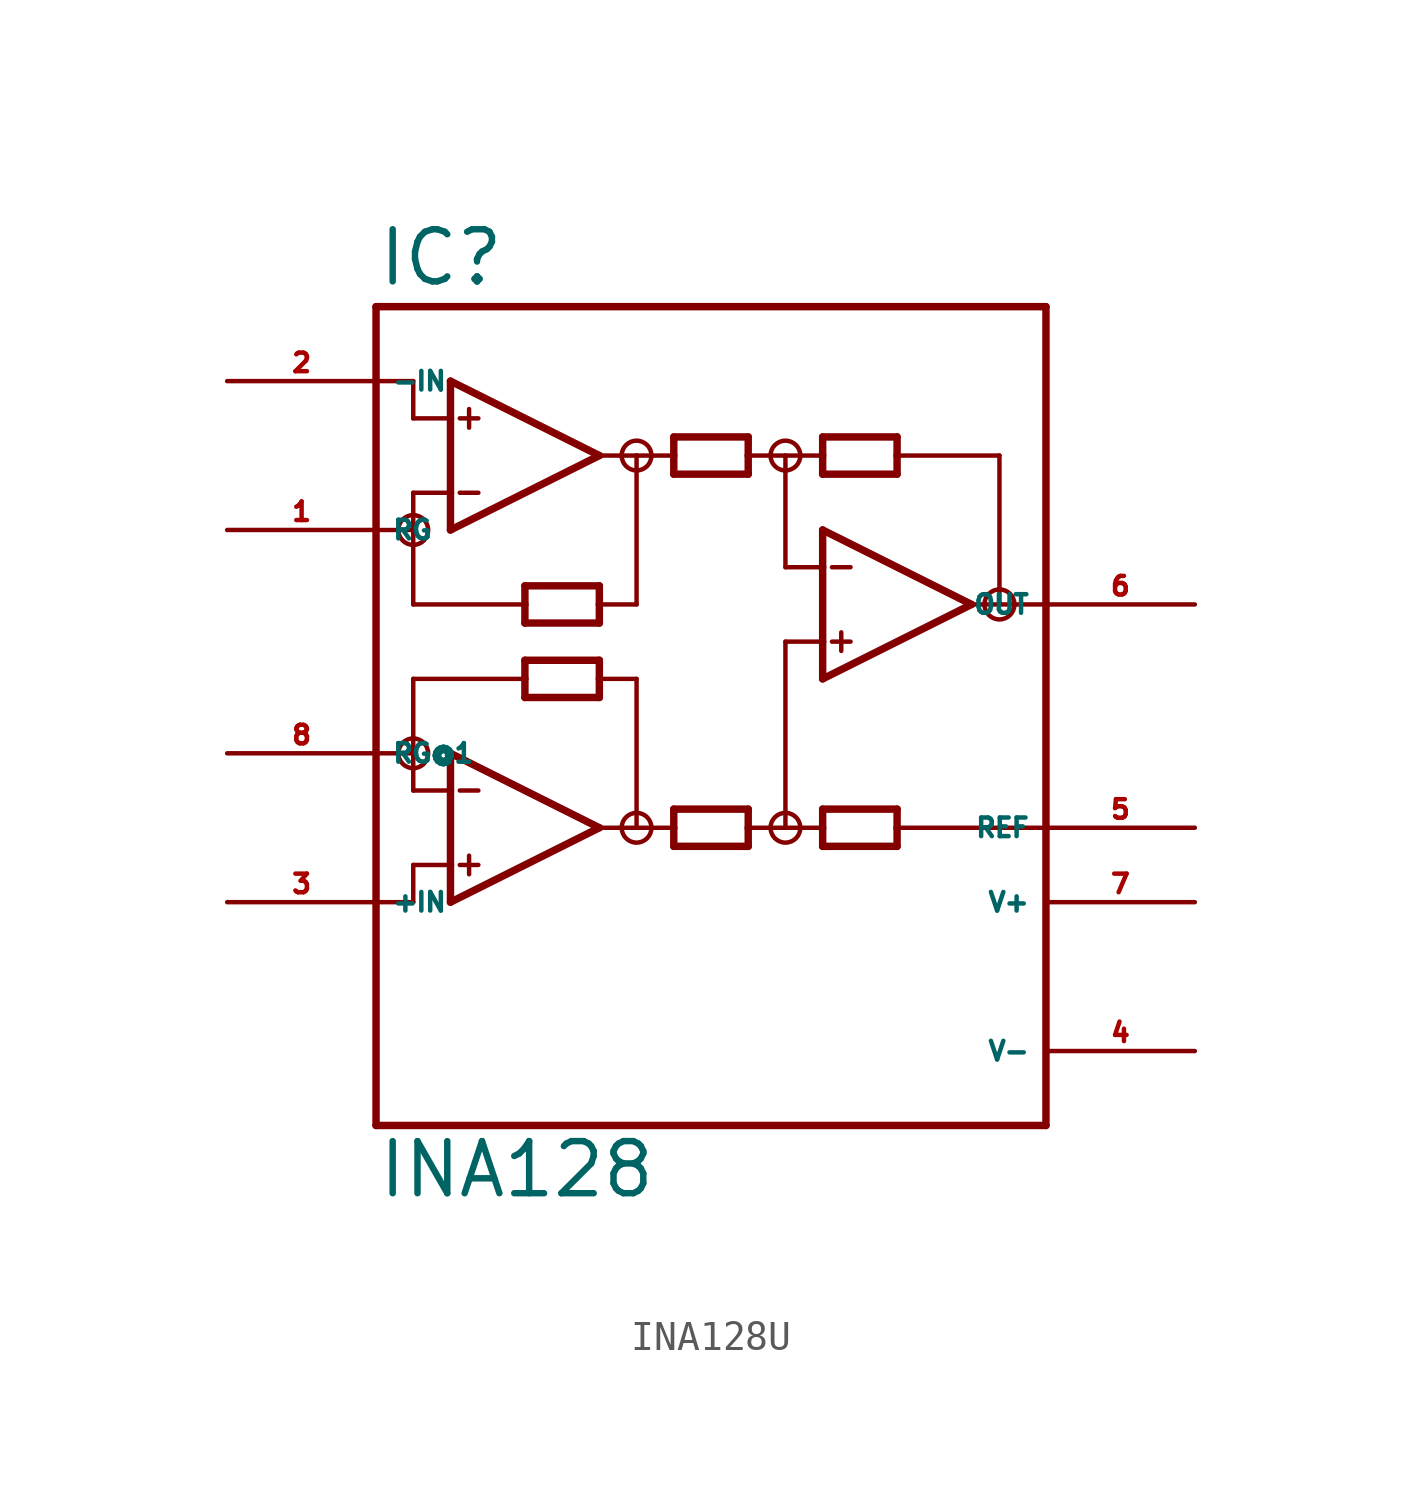
<source format=kicad_sym>
(kicad_symbol_lib
  (version 20220914)
  (generator Eagle2Kicad)
  (symbol "INA128U"
    (property "Reference" "IC"
      (at -10.16 13.335 0)
      (effects (font (size 1.778 1.778) (thickness 0.22)) (justify left bottom)))
    (property "Value" "INA128"
      (at -10.16 -17.78 0)
      (effects (font (size 1.778 1.778) (thickness 0.22)) (justify left bottom)))
    (polyline
      (pts (xy -7.62 5.08) (xy -7.62 6.35))
      (stroke (width 0.254) (type default))
      (fill (type none)))
    (polyline
      (pts (xy -7.62 6.35) (xy -7.62 8.89))
      (stroke (width 0.254) (type default))
      (fill (type none)))
    (polyline
      (pts (xy -7.62 8.89) (xy -7.62 10.16))
      (stroke (width 0.254) (type default))
      (fill (type none)))
    (polyline
      (pts (xy -7.62 10.16) (xy -2.54 7.62))
      (stroke (width 0.254) (type default))
      (fill (type none)))
    (polyline
      (pts (xy -2.54 7.62) (xy -7.62 5.08))
      (stroke (width 0.254) (type default))
      (fill (type none)))
    (polyline
      (pts (xy -2.54 1.905) (xy -2.54 2.54))
      (stroke (width 0.254) (type default))
      (fill (type none)))
    (polyline
      (pts (xy -2.54 2.54) (xy -2.54 3.175))
      (stroke (width 0.254) (type default))
      (fill (type none)))
    (polyline
      (pts (xy -2.54 3.175) (xy -5.08 3.175))
      (stroke (width 0.254) (type default))
      (fill (type none)))
    (polyline
      (pts (xy -5.08 3.175) (xy -5.08 2.54))
      (stroke (width 0.254) (type default))
      (fill (type none)))
    (polyline
      (pts (xy -5.08 2.54) (xy -5.08 1.905))
      (stroke (width 0.254) (type default))
      (fill (type none)))
    (polyline
      (pts (xy -5.08 1.905) (xy -2.54 1.905))
      (stroke (width 0.254) (type default))
      (fill (type none)))
    (polyline
      (pts (xy 0 6.985) (xy 0 7.62))
      (stroke (width 0.254) (type default))
      (fill (type none)))
    (polyline
      (pts (xy 0 7.62) (xy 0 8.255))
      (stroke (width 0.254) (type default))
      (fill (type none)))
    (polyline
      (pts (xy 0 8.255) (xy 2.54 8.255))
      (stroke (width 0.254) (type default))
      (fill (type none)))
    (polyline
      (pts (xy 2.54 8.255) (xy 2.54 7.62))
      (stroke (width 0.254) (type default))
      (fill (type none)))
    (polyline
      (pts (xy 2.54 7.62) (xy 2.54 6.985))
      (stroke (width 0.254) (type default))
      (fill (type none)))
    (polyline
      (pts (xy 2.54 6.985) (xy 0 6.985))
      (stroke (width 0.254) (type default))
      (fill (type none)))
    (polyline
      (pts (xy -7.62 8.89) (xy -8.89 8.89))
      (stroke (width 0.152) (type default))
      (fill (type none)))
    (polyline
      (pts (xy 7.62 8.255) (xy 7.62 7.62))
      (stroke (width 0.254) (type default))
      (fill (type none)))
    (polyline
      (pts (xy 7.62 7.62) (xy 7.62 6.985))
      (stroke (width 0.254) (type default))
      (fill (type none)))
    (polyline
      (pts (xy 7.62 6.985) (xy 5.08 6.985))
      (stroke (width 0.254) (type default))
      (fill (type none)))
    (polyline
      (pts (xy 5.08 6.985) (xy 5.08 7.62))
      (stroke (width 0.254) (type default))
      (fill (type none)))
    (polyline
      (pts (xy 5.08 7.62) (xy 5.08 8.255))
      (stroke (width 0.254) (type default))
      (fill (type none)))
    (polyline
      (pts (xy 5.08 8.255) (xy 7.62 8.255))
      (stroke (width 0.254) (type default))
      (fill (type none)))
    (polyline
      (pts (xy 5.08 -4.445) (xy 5.08 -5.08))
      (stroke (width 0.254) (type default))
      (fill (type none)))
    (polyline
      (pts (xy 5.08 -5.08) (xy 5.08 -5.715))
      (stroke (width 0.254) (type default))
      (fill (type none)))
    (polyline
      (pts (xy 5.08 -5.715) (xy 7.62 -5.715))
      (stroke (width 0.254) (type default))
      (fill (type none)))
    (polyline
      (pts (xy 7.62 -5.715) (xy 7.62 -5.08))
      (stroke (width 0.254) (type default))
      (fill (type none)))
    (polyline
      (pts (xy 7.62 -5.08) (xy 7.62 -4.445))
      (stroke (width 0.254) (type default))
      (fill (type none)))
    (polyline
      (pts (xy 7.62 -4.445) (xy 5.08 -4.445))
      (stroke (width 0.254) (type default))
      (fill (type none)))
    (polyline
      (pts (xy -7.62 6.35) (xy -8.89 6.35))
      (stroke (width 0.152) (type default))
      (fill (type none)))
    (polyline
      (pts (xy -7.303 8.89) (xy -6.668 8.89))
      (stroke (width 0.152) (type default))
      (fill (type none)))
    (polyline
      (pts (xy -7.303 6.35) (xy -6.668 6.35))
      (stroke (width 0.152) (type default))
      (fill (type none)))
    (polyline
      (pts (xy -6.985 9.207) (xy -6.985 8.572))
      (stroke (width 0.152) (type default))
      (fill (type none)))
    (polyline
      (pts (xy -10.16 -15.24) (xy 12.7 -15.24))
      (stroke (width 0.254) (type default))
      (fill (type none)))
    (polyline
      (pts (xy 12.7 -15.24) (xy 12.7 -5.08))
      (stroke (width 0.254) (type default))
      (fill (type none)))
    (polyline
      (pts (xy 12.7 -5.08) (xy 12.7 2.54))
      (stroke (width 0.254) (type default))
      (fill (type none)))
    (polyline
      (pts (xy 12.7 2.54) (xy 12.7 12.7))
      (stroke (width 0.254) (type default))
      (fill (type none)))
    (polyline
      (pts (xy 12.7 12.7) (xy -10.16 12.7))
      (stroke (width 0.254) (type default))
      (fill (type none)))
    (polyline
      (pts (xy -10.16 12.7) (xy -10.16 10.16))
      (stroke (width 0.254) (type default))
      (fill (type none)))
    (polyline
      (pts (xy -10.16 10.16) (xy -10.16 5.08))
      (stroke (width 0.254) (type default))
      (fill (type none)))
    (polyline
      (pts (xy -10.16 5.08) (xy -10.16 -2.54))
      (stroke (width 0.254) (type default))
      (fill (type none)))
    (polyline
      (pts (xy -10.16 -2.54) (xy -10.16 -7.62))
      (stroke (width 0.254) (type default))
      (fill (type none)))
    (polyline
      (pts (xy -10.16 -7.62) (xy -10.16 -15.24))
      (stroke (width 0.254) (type default))
      (fill (type none)))
    (polyline
      (pts (xy -7.62 -7.62) (xy -7.62 -6.35))
      (stroke (width 0.254) (type default))
      (fill (type none)))
    (polyline
      (pts (xy -7.62 -6.35) (xy -7.62 -3.81))
      (stroke (width 0.254) (type default))
      (fill (type none)))
    (polyline
      (pts (xy -7.62 -3.81) (xy -7.62 -2.54))
      (stroke (width 0.254) (type default))
      (fill (type none)))
    (polyline
      (pts (xy -7.62 -2.54) (xy -2.54 -5.08))
      (stroke (width 0.254) (type default))
      (fill (type none)))
    (polyline
      (pts (xy -2.54 -5.08) (xy -7.62 -7.62))
      (stroke (width 0.254) (type default))
      (fill (type none)))
    (polyline
      (pts (xy 2.54 -5.715) (xy 2.54 -5.08))
      (stroke (width 0.254) (type default))
      (fill (type none)))
    (polyline
      (pts (xy 2.54 -5.08) (xy 2.54 -4.445))
      (stroke (width 0.254) (type default))
      (fill (type none)))
    (polyline
      (pts (xy 2.54 -4.445) (xy 0 -4.445))
      (stroke (width 0.254) (type default))
      (fill (type none)))
    (polyline
      (pts (xy 0 -4.445) (xy 0 -5.08))
      (stroke (width 0.254) (type default))
      (fill (type none)))
    (polyline
      (pts (xy 0 -5.08) (xy 0 -5.715))
      (stroke (width 0.254) (type default))
      (fill (type none)))
    (polyline
      (pts (xy 0 -5.715) (xy 2.54 -5.715))
      (stroke (width 0.254) (type default))
      (fill (type none)))
    (polyline
      (pts (xy -5.08 -0.635) (xy -5.08 0))
      (stroke (width 0.254) (type default))
      (fill (type none)))
    (polyline
      (pts (xy -5.08 0) (xy -5.08 0.635))
      (stroke (width 0.254) (type default))
      (fill (type none)))
    (polyline
      (pts (xy -5.08 0.635) (xy -2.54 0.635))
      (stroke (width 0.254) (type default))
      (fill (type none)))
    (polyline
      (pts (xy -2.54 0.635) (xy -2.54 0))
      (stroke (width 0.254) (type default))
      (fill (type none)))
    (polyline
      (pts (xy -2.54 0) (xy -2.54 -0.635))
      (stroke (width 0.254) (type default))
      (fill (type none)))
    (polyline
      (pts (xy -2.54 -0.635) (xy -5.08 -0.635))
      (stroke (width 0.254) (type default))
      (fill (type none)))
    (polyline
      (pts (xy -7.62 -3.81) (xy -8.89 -3.81))
      (stroke (width 0.152) (type default))
      (fill (type none)))
    (polyline
      (pts (xy -7.62 -6.35) (xy -8.89 -6.35))
      (stroke (width 0.152) (type default))
      (fill (type none)))
    (polyline
      (pts (xy -7.303 -3.81) (xy -6.668 -3.81))
      (stroke (width 0.152) (type default))
      (fill (type none)))
    (polyline
      (pts (xy -7.303 -6.35) (xy -6.668 -6.35))
      (stroke (width 0.152) (type default))
      (fill (type none)))
    (polyline
      (pts (xy -6.985 -6.032) (xy -6.985 -6.668))
      (stroke (width 0.152) (type default))
      (fill (type none)))
    (polyline
      (pts (xy -8.89 8.89) (xy -8.89 10.16))
      (stroke (width 0.152) (type default))
      (fill (type none)))
    (polyline
      (pts (xy -8.89 10.16) (xy -10.16 10.16))
      (stroke (width 0.152) (type default))
      (fill (type none)))
    (polyline
      (pts (xy -8.89 6.35) (xy -8.89 5.08))
      (stroke (width 0.152) (type default))
      (fill (type none)))
    (polyline
      (pts (xy -8.89 5.08) (xy -10.16 5.08))
      (stroke (width 0.152) (type default))
      (fill (type none)))
    (polyline
      (pts (xy 5.08 0) (xy 5.08 1.27))
      (stroke (width 0.254) (type default))
      (fill (type none)))
    (polyline
      (pts (xy 5.08 1.27) (xy 5.08 3.81))
      (stroke (width 0.254) (type default))
      (fill (type none)))
    (polyline
      (pts (xy 5.08 3.81) (xy 5.08 5.08))
      (stroke (width 0.254) (type default))
      (fill (type none)))
    (polyline
      (pts (xy 5.08 5.08) (xy 10.16 2.54))
      (stroke (width 0.254) (type default))
      (fill (type none)))
    (polyline
      (pts (xy 10.16 2.54) (xy 5.08 0))
      (stroke (width 0.254) (type default))
      (fill (type none)))
    (polyline
      (pts (xy 5.08 1.27) (xy 3.81 1.27))
      (stroke (width 0.152) (type default))
      (fill (type none)))
    (polyline
      (pts (xy 5.397 3.81) (xy 6.032 3.81))
      (stroke (width 0.152) (type default))
      (fill (type none)))
    (polyline
      (pts (xy 5.397 1.27) (xy 6.032 1.27))
      (stroke (width 0.152) (type default))
      (fill (type none)))
    (polyline
      (pts (xy 5.715 1.587) (xy 5.715 0.953))
      (stroke (width 0.152) (type default))
      (fill (type none)))
    (polyline
      (pts (xy -2.54 7.62) (xy -1.27 7.62))
      (stroke (width 0.152) (type default))
      (fill (type none)))
    (polyline
      (pts (xy -1.27 7.62) (xy 0 7.62))
      (stroke (width 0.152) (type default))
      (fill (type none)))
    (polyline
      (pts (xy 2.54 7.62) (xy 3.81 7.62))
      (stroke (width 0.152) (type default))
      (fill (type none)))
    (polyline
      (pts (xy 3.81 7.62) (xy 5.08 7.62))
      (stroke (width 0.152) (type default))
      (fill (type none)))
    (polyline
      (pts (xy 10.16 2.54) (xy 11.113 2.54))
      (stroke (width 0.152) (type default))
      (fill (type none)))
    (polyline
      (pts (xy 11.113 2.54) (xy 11.113 7.62))
      (stroke (width 0.152) (type default))
      (fill (type none)))
    (polyline
      (pts (xy 11.113 7.62) (xy 7.62 7.62))
      (stroke (width 0.152) (type default))
      (fill (type none)))
    (polyline
      (pts (xy 11.113 2.54) (xy 12.7 2.54))
      (stroke (width 0.152) (type default))
      (fill (type none)))
    (polyline
      (pts (xy -8.89 5.08) (xy -8.89 2.54))
      (stroke (width 0.152) (type default))
      (fill (type none)))
    (polyline
      (pts (xy -8.89 2.54) (xy -5.08 2.54))
      (stroke (width 0.152) (type default))
      (fill (type none)))
    (polyline
      (pts (xy -1.27 7.62) (xy -1.27 2.54))
      (stroke (width 0.152) (type default))
      (fill (type none)))
    (polyline
      (pts (xy -1.27 2.54) (xy -2.54 2.54))
      (stroke (width 0.152) (type default))
      (fill (type none)))
    (polyline
      (pts (xy 3.81 7.62) (xy 3.81 3.81))
      (stroke (width 0.152) (type default))
      (fill (type none)))
    (polyline
      (pts (xy 3.81 3.81) (xy 5.08 3.81))
      (stroke (width 0.152) (type default))
      (fill (type none)))
    (polyline
      (pts (xy -5.08 0) (xy -8.89 0))
      (stroke (width 0.152) (type default))
      (fill (type none)))
    (polyline
      (pts (xy -8.89 0) (xy -8.89 -2.54))
      (stroke (width 0.152) (type default))
      (fill (type none)))
    (polyline
      (pts (xy -8.89 -2.54) (xy -8.89 -3.81))
      (stroke (width 0.152) (type default))
      (fill (type none)))
    (polyline
      (pts (xy -2.54 0) (xy -1.27 0))
      (stroke (width 0.152) (type default))
      (fill (type none)))
    (polyline
      (pts (xy -1.27 0) (xy -1.27 -5.08))
      (stroke (width 0.152) (type default))
      (fill (type none)))
    (polyline
      (pts (xy -1.27 -5.08) (xy -2.54 -5.08))
      (stroke (width 0.152) (type default))
      (fill (type none)))
    (polyline
      (pts (xy -1.27 -5.08) (xy 0 -5.08))
      (stroke (width 0.152) (type default))
      (fill (type none)))
    (polyline
      (pts (xy 2.54 -5.08) (xy 3.81 -5.08))
      (stroke (width 0.152) (type default))
      (fill (type none)))
    (polyline
      (pts (xy 3.81 -5.08) (xy 5.08 -5.08))
      (stroke (width 0.152) (type default))
      (fill (type none)))
    (polyline
      (pts (xy -8.89 -6.35) (xy -8.89 -7.62))
      (stroke (width 0.152) (type default))
      (fill (type none)))
    (polyline
      (pts (xy -8.89 -7.62) (xy -10.16 -7.62))
      (stroke (width 0.152) (type default))
      (fill (type none)))
    (polyline
      (pts (xy -10.16 -2.54) (xy -8.89 -2.54))
      (stroke (width 0.152) (type default))
      (fill (type none)))
    (polyline
      (pts (xy 3.81 1.27) (xy 3.81 -5.08))
      (stroke (width 0.152) (type default))
      (fill (type none)))
    (polyline
      (pts (xy 7.62 -5.08) (xy 12.7 -5.08))
      (stroke (width 0.152) (type default))
      (fill (type none)))
    (circle
      (center -1.27 7.62)
      (radius 0.508)
      (stroke (width 0) (type default))
      (fill (type none)))
    (circle
      (center 3.81 7.62)
      (radius 0.508)
      (stroke (width 0) (type default))
      (fill (type none)))
    (circle
      (center 11.113 2.54)
      (radius 0.512)
      (stroke (width 0) (type default))
      (fill (type none)))
    (circle
      (center -1.27 -5.08)
      (radius 0.508)
      (stroke (width 0) (type default))
      (fill (type none)))
    (circle
      (center -8.89 -2.54)
      (radius 0.508)
      (stroke (width 0) (type default))
      (fill (type none)))
    (circle
      (center -8.89 5.08)
      (radius 0.508)
      (stroke (width 0) (type default))
      (fill (type none)))
    (circle
      (center 3.81 -5.08)
      (radius 0.508)
      (stroke (width 0) (type default))
      (fill (type none)))
    (pin input line
      (at -15.24 -7.62 0)
      (length 5.08)
      (name "+IN" (effects (font (size 0.635 0.635) (thickness 0.08)) (justify left bottom)))
      (number "3" (effects (font (size 0.635 0.635) (thickness 0.08)) (justify left bottom))))
    (pin input line
      (at -15.24 10.16 0)
      (length 5.08)
      (name "-IN" (effects (font (size 0.635 0.635) (thickness 0.08)) (justify left bottom)))
      (number "2" (effects (font (size 0.635 0.635) (thickness 0.08)) (justify left bottom))))
    (pin output line
      (at 17.78 2.54 180)
      (length 5.08)
      (name "OUT" (effects (font (size 0.635 0.635) (thickness 0.08)) (justify left bottom)))
      (number "6" (effects (font (size 0.635 0.635) (thickness 0.08)) (justify left bottom))))
    (pin passive line
      (at 17.78 -5.08 180)
      (length 5.08)
      (name "REF" (effects (font (size 0.635 0.635) (thickness 0.08)) (justify left bottom)))
      (number "5" (effects (font (size 0.635 0.635) (thickness 0.08)) (justify left bottom))))
    (pin unspecified line
      (at 17.78 -7.62 180)
      (length 5.08)
      (name "V+" (effects (font (size 0.635 0.635) (thickness 0.08)) (justify left bottom)))
      (number "7" (effects (font (size 0.635 0.635) (thickness 0.08)) (justify left bottom))))
    (pin unspecified line
      (at 17.78 -12.7 180)
      (length 5.08)
      (name "V-" (effects (font (size 0.635 0.635) (thickness 0.08)) (justify left bottom)))
      (number "4" (effects (font (size 0.635 0.635) (thickness 0.08)) (justify left bottom))))
    (pin passive line
      (at -15.24 5.08 0)
      (length 5.08)
      (name "RG" (effects (font (size 0.635 0.635) (thickness 0.08)) (justify left bottom)))
      (number "1" (effects (font (size 0.635 0.635) (thickness 0.08)) (justify left bottom))))
    (pin passive line
      (at -15.24 -2.54 0)
      (length 5.08)
      (name "RG@1" (effects (font (size 0.635 0.635) (thickness 0.08)) (justify left bottom)))
      (number "8" (effects (font (size 0.635 0.635) (thickness 0.08)) (justify left bottom))))))
</source>
